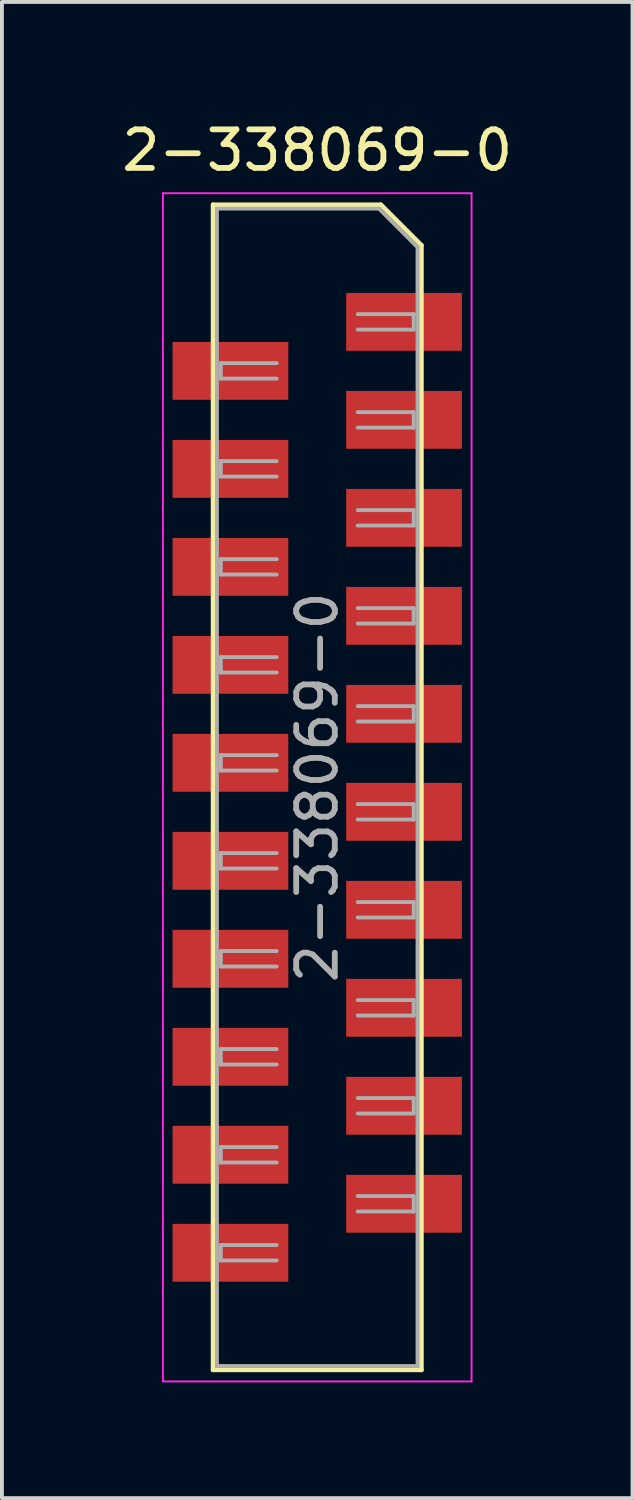
<source format=kicad_pcb>
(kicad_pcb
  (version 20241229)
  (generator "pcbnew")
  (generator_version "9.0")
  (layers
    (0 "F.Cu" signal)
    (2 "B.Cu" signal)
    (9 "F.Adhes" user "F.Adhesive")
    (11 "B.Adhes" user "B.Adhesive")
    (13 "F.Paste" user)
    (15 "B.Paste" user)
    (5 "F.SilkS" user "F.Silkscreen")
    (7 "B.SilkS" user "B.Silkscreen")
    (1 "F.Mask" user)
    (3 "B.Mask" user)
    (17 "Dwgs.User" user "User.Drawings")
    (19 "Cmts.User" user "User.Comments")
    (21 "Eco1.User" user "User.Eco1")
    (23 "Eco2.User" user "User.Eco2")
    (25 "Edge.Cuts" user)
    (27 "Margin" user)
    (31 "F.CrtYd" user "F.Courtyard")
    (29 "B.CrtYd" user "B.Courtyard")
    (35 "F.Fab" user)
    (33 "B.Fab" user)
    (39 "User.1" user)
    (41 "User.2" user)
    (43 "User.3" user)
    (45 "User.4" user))
  (footprint "2-338069-0"
    (layer "F.Cu")
    (at 5.173 17.358)
    (property "Reference" "2-338069-0" (at 0 -16.51 0) (layer "F.SilkS") (effects (font (size 1 1) (thickness 0.15))))
    (attr smd)
    (fp_line (start -2.7 -15.1) (end -2.7 15.1) (stroke (width 0.12) (type solid)) (layer "F.SilkS"))
    (fp_line (start -2.7 -15.1) (end 1.65 -15.1) (stroke (width 0.12) (type solid)) (layer "F.SilkS"))
    (fp_line (start -2.7 15.1) (end 2.7 15.1) (stroke (width 0.12) (type solid)) (layer "F.SilkS"))
    (fp_line (start 1.65 -15.1) (end 2.7 -14.05) (stroke (width 0.12) (type solid)) (layer "F.SilkS"))
    (fp_line (start 2.7 15.1) (end 2.7 -14.05) (stroke (width 0.12) (type solid)) (layer "F.SilkS"))
    (fp_line (start -4 -15.4) (end -4 15.4) (stroke (width 0.05) (type solid)) (layer "F.CrtYd"))
    (fp_line (start -4 15.4) (end 4 15.4) (stroke (width 0.05) (type solid)) (layer "F.CrtYd"))
    (fp_line (start 4 -15.4) (end -4 -15.4) (stroke (width 0.05) (type solid)) (layer "F.CrtYd"))
    (fp_line (start 4 15.4) (end 4 -15.4) (stroke (width 0.05) (type solid)) (layer "F.CrtYd"))
    (fp_line (start -2.6 -15) (end -2.6 15) (stroke (width 0.1) (type solid)) (layer "F.Fab"))
    (fp_line (start -2.6 -15) (end 1.6 -15) (stroke (width 0.1) (type solid)) (layer "F.Fab"))
    (fp_line (start -2.5 -10.995) (end -2.5 -10.595) (stroke (width 0.1) (type solid)) (layer "F.Fab"))
    (fp_line (start -2.5 -10.595) (end -1.05 -10.595) (stroke (width 0.1) (type solid)) (layer "F.Fab"))
    (fp_line (start -2.5 -8.455) (end -2.5 -8.055) (stroke (width 0.1) (type solid)) (layer "F.Fab"))
    (fp_line (start -2.5 -8.055) (end -1.05 -8.055) (stroke (width 0.1) (type solid)) (layer "F.Fab"))
    (fp_line (start -2.5 -5.915) (end -2.5 -5.515) (stroke (width 0.1) (type solid)) (layer "F.Fab"))
    (fp_line (start -2.5 -5.515) (end -1.05 -5.515) (stroke (width 0.1) (type solid)) (layer "F.Fab"))
    (fp_line (start -2.5 -3.375) (end -2.5 -2.975) (stroke (width 0.1) (type solid)) (layer "F.Fab"))
    (fp_line (start -2.5 -2.975) (end -1.05 -2.975) (stroke (width 0.1) (type solid)) (layer "F.Fab"))
    (fp_line (start -2.5 -0.835) (end -2.5 -0.435) (stroke (width 0.1) (type solid)) (layer "F.Fab"))
    (fp_line (start -2.5 -0.435) (end -1.05 -0.435) (stroke (width 0.1) (type solid)) (layer "F.Fab"))
    (fp_line (start -2.5 1.705) (end -2.5 2.105) (stroke (width 0.1) (type solid)) (layer "F.Fab"))
    (fp_line (start -2.5 2.105) (end -1.05 2.105) (stroke (width 0.1) (type solid)) (layer "F.Fab"))
    (fp_line (start -2.5 4.245) (end -2.5 4.645) (stroke (width 0.1) (type solid)) (layer "F.Fab"))
    (fp_line (start -2.5 4.645) (end -1.05 4.645) (stroke (width 0.1) (type solid)) (layer "F.Fab"))
    (fp_line (start -2.5 6.785) (end -2.5 7.185) (stroke (width 0.1) (type solid)) (layer "F.Fab"))
    (fp_line (start -2.5 7.185) (end -1.05 7.185) (stroke (width 0.1) (type solid)) (layer "F.Fab"))
    (fp_line (start -2.5 9.325) (end -2.5 9.725) (stroke (width 0.1) (type solid)) (layer "F.Fab"))
    (fp_line (start -2.5 9.725) (end -1.05 9.725) (stroke (width 0.1) (type solid)) (layer "F.Fab"))
    (fp_line (start -2.5 11.865) (end -2.5 12.265) (stroke (width 0.1) (type solid)) (layer "F.Fab"))
    (fp_line (start -2.5 12.265) (end -1.05 12.265) (stroke (width 0.1) (type solid)) (layer "F.Fab"))
    (fp_line (start -1.05 -10.995) (end -2.5 -10.995) (stroke (width 0.1) (type solid)) (layer "F.Fab"))
    (fp_line (start -1.05 -8.455) (end -2.5 -8.455) (stroke (width 0.1) (type solid)) (layer "F.Fab"))
    (fp_line (start -1.05 -5.915) (end -2.5 -5.915) (stroke (width 0.1) (type solid)) (layer "F.Fab"))
    (fp_line (start -1.05 -3.375) (end -2.5 -3.375) (stroke (width 0.1) (type solid)) (layer "F.Fab"))
    (fp_line (start -1.05 -0.835) (end -2.5 -0.835) (stroke (width 0.1) (type solid)) (layer "F.Fab"))
    (fp_line (start -1.05 1.705) (end -2.5 1.705) (stroke (width 0.1) (type solid)) (layer "F.Fab"))
    (fp_line (start -1.05 4.245) (end -2.5 4.245) (stroke (width 0.1) (type solid)) (layer "F.Fab"))
    (fp_line (start -1.05 6.785) (end -2.5 6.785) (stroke (width 0.1) (type solid)) (layer "F.Fab"))
    (fp_line (start -1.05 9.325) (end -2.5 9.325) (stroke (width 0.1) (type solid)) (layer "F.Fab"))
    (fp_line (start -1.05 11.865) (end -2.5 11.865) (stroke (width 0.1) (type solid)) (layer "F.Fab"))
    (fp_line (start 1.05 -12.265) (end 2.5 -12.265) (stroke (width 0.1) (type solid)) (layer "F.Fab"))
    (fp_line (start 1.05 -9.725) (end 2.5 -9.725) (stroke (width 0.1) (type solid)) (layer "F.Fab"))
    (fp_line (start 1.05 -7.185) (end 2.5 -7.185) (stroke (width 0.1) (type solid)) (layer "F.Fab"))
    (fp_line (start 1.05 -4.645) (end 2.5 -4.645) (stroke (width 0.1) (type solid)) (layer "F.Fab"))
    (fp_line (start 1.05 -2.105) (end 2.5 -2.105) (stroke (width 0.1) (type solid)) (layer "F.Fab"))
    (fp_line (start 1.05 0.435) (end 2.5 0.435) (stroke (width 0.1) (type solid)) (layer "F.Fab"))
    (fp_line (start 1.05 2.975) (end 2.5 2.975) (stroke (width 0.1) (type solid)) (layer "F.Fab"))
    (fp_line (start 1.05 5.515) (end 2.5 5.515) (stroke (width 0.1) (type solid)) (layer "F.Fab"))
    (fp_line (start 1.05 8.055) (end 2.5 8.055) (stroke (width 0.1) (type solid)) (layer "F.Fab"))
    (fp_line (start 1.05 10.595) (end 2.5 10.595) (stroke (width 0.1) (type solid)) (layer "F.Fab"))
    (fp_line (start 2.5 -12.265) (end 2.5 -11.865) (stroke (width 0.1) (type solid)) (layer "F.Fab"))
    (fp_line (start 2.5 -11.865) (end 1.05 -11.865) (stroke (width 0.1) (type solid)) (layer "F.Fab"))
    (fp_line (start 2.5 -9.725) (end 2.5 -9.325) (stroke (width 0.1) (type solid)) (layer "F.Fab"))
    (fp_line (start 2.5 -9.325) (end 1.05 -9.325) (stroke (width 0.1) (type solid)) (layer "F.Fab"))
    (fp_line (start 2.5 -7.185) (end 2.5 -6.785) (stroke (width 0.1) (type solid)) (layer "F.Fab"))
    (fp_line (start 2.5 -6.785) (end 1.05 -6.785) (stroke (width 0.1) (type solid)) (layer "F.Fab"))
    (fp_line (start 2.5 -4.645) (end 2.5 -4.245) (stroke (width 0.1) (type solid)) (layer "F.Fab"))
    (fp_line (start 2.5 -4.245) (end 1.05 -4.245) (stroke (width 0.1) (type solid)) (layer "F.Fab"))
    (fp_line (start 2.5 -2.105) (end 2.5 -1.705) (stroke (width 0.1) (type solid)) (layer "F.Fab"))
    (fp_line (start 2.5 -1.705) (end 1.05 -1.705) (stroke (width 0.1) (type solid)) (layer "F.Fab"))
    (fp_line (start 2.5 0.435) (end 2.5 0.835) (stroke (width 0.1) (type solid)) (layer "F.Fab"))
    (fp_line (start 2.5 0.835) (end 1.05 0.835) (stroke (width 0.1) (type solid)) (layer "F.Fab"))
    (fp_line (start 2.5 2.975) (end 2.5 3.375) (stroke (width 0.1) (type solid)) (layer "F.Fab"))
    (fp_line (start 2.5 3.375) (end 1.05 3.375) (stroke (width 0.1) (type solid)) (layer "F.Fab"))
    (fp_line (start 2.5 5.515) (end 2.5 5.915) (stroke (width 0.1) (type solid)) (layer "F.Fab"))
    (fp_line (start 2.5 5.915) (end 1.05 5.915) (stroke (width 0.1) (type solid)) (layer "F.Fab"))
    (fp_line (start 2.5 8.055) (end 2.5 8.455) (stroke (width 0.1) (type solid)) (layer "F.Fab"))
    (fp_line (start 2.5 8.455) (end 1.05 8.455) (stroke (width 0.1) (type solid)) (layer "F.Fab"))
    (fp_line (start 2.5 10.595) (end 2.5 10.995) (stroke (width 0.1) (type solid)) (layer "F.Fab"))
    (fp_line (start 2.5 10.995) (end 1.05 10.995) (stroke (width 0.1) (type solid)) (layer "F.Fab"))
    (fp_line (start 2.6 -14) (end 1.6 -15) (stroke (width 0.1) (type solid)) (layer "F.Fab"))
    (fp_line (start 2.6 15) (end -2.6 15) (stroke (width 0.1) (type solid)) (layer "F.Fab"))
    (fp_line (start 2.6 15) (end 2.6 -14) (stroke (width 0.1) (type solid)) (layer "F.Fab"))
    (fp_text user "${REFERENCE}" (at 0 0 90) (layer "F.Fab") (effects (font (size 1 1) (thickness 0.15))))
    (pad "1" smd rect (at 2.25 -12.065) (size 3 1.5) (layers "F.Cu" "F.Mask" "F.Paste"))
    (pad "2" smd rect (at -2.25 -10.795) (size 3 1.5) (layers "F.Cu" "F.Mask" "F.Paste"))
    (pad "3" smd rect (at 2.25 -9.525) (size 3 1.5) (layers "F.Cu" "F.Mask" "F.Paste"))
    (pad "4" smd rect (at -2.25 -8.255) (size 3 1.5) (layers "F.Cu" "F.Mask" "F.Paste"))
    (pad "5" smd rect (at 2.25 -6.985) (size 3 1.5) (layers "F.Cu" "F.Mask" "F.Paste"))
    (pad "6" smd rect (at -2.25 -5.715) (size 3 1.5) (layers "F.Cu" "F.Mask" "F.Paste"))
    (pad "7" smd rect (at 2.25 -4.445) (size 3 1.5) (layers "F.Cu" "F.Mask" "F.Paste"))
    (pad "8" smd rect (at -2.25 -3.175) (size 3 1.5) (layers "F.Cu" "F.Mask" "F.Paste"))
    (pad "9" smd rect (at 2.25 -1.905) (size 3 1.5) (layers "F.Cu" "F.Mask" "F.Paste"))
    (pad "10" smd rect (at -2.25 -0.635) (size 3 1.5) (layers "F.Cu" "F.Mask" "F.Paste"))
    (pad "11" smd rect (at 2.25 0.635) (size 3 1.5) (layers "F.Cu" "F.Mask" "F.Paste"))
    (pad "12" smd rect (at -2.25 1.905) (size 3 1.5) (layers "F.Cu" "F.Mask" "F.Paste"))
    (pad "13" smd rect (at 2.25 3.175) (size 3 1.5) (layers "F.Cu" "F.Mask" "F.Paste"))
    (pad "14" smd rect (at -2.25 4.445) (size 3 1.5) (layers "F.Cu" "F.Mask" "F.Paste"))
    (pad "15" smd rect (at 2.25 5.715) (size 3 1.5) (layers "F.Cu" "F.Mask" "F.Paste"))
    (pad "16" smd rect (at -2.25 6.985) (size 3 1.5) (layers "F.Cu" "F.Mask" "F.Paste"))
    (pad "17" smd rect (at 2.25 8.255) (size 3 1.5) (layers "F.Cu" "F.Mask" "F.Paste"))
    (pad "18" smd rect (at -2.25 9.525) (size 3 1.5) (layers "F.Cu" "F.Mask" "F.Paste"))
    (pad "19" smd rect (at 2.25 10.795) (size 3 1.5) (layers "F.Cu" "F.Mask" "F.Paste"))
    (pad "20" smd rect (at -2.25 12.065) (size 3 1.5) (layers "F.Cu" "F.Mask" "F.Paste")))
  (gr_rect
    (start -3 -3)
    (end 13.345 35.783)
    (stroke (width 0.1) (type default))
    (fill no)
    (layer "Edge.Cuts")))
</source>
